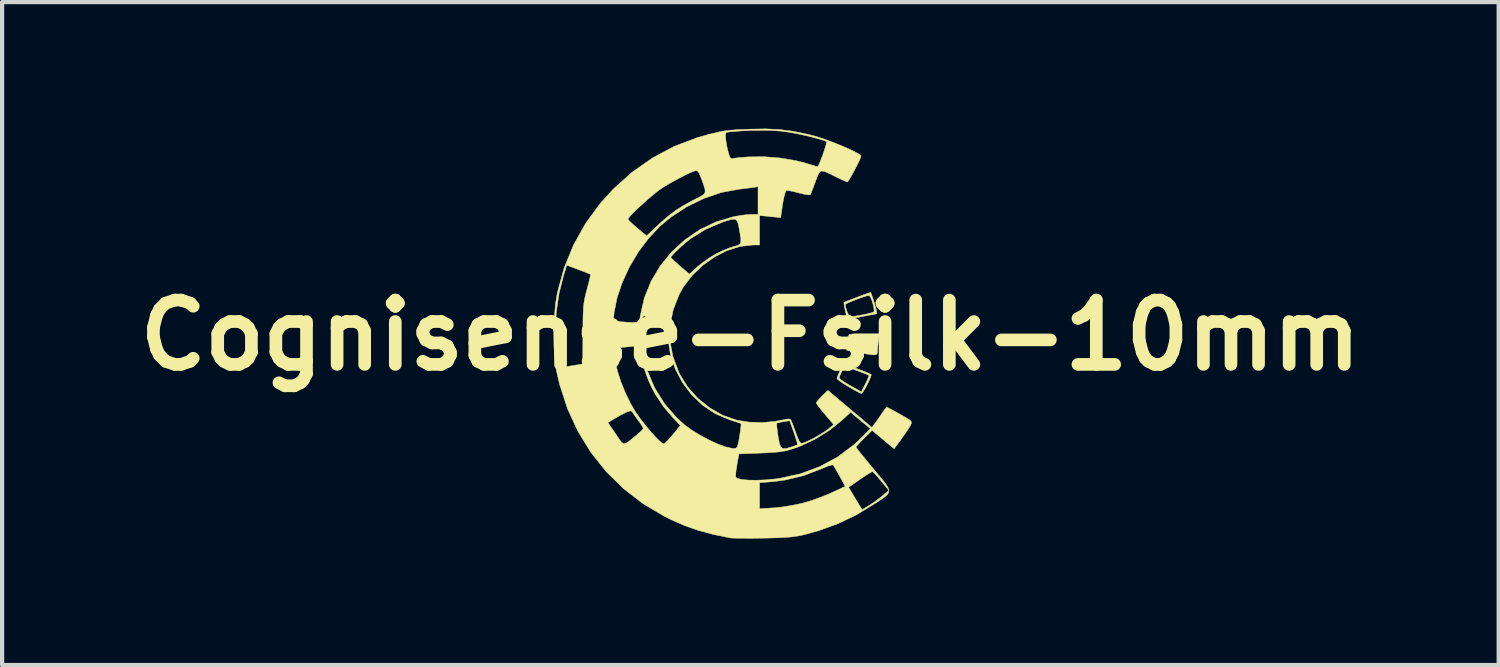
<source format=kicad_pcb>
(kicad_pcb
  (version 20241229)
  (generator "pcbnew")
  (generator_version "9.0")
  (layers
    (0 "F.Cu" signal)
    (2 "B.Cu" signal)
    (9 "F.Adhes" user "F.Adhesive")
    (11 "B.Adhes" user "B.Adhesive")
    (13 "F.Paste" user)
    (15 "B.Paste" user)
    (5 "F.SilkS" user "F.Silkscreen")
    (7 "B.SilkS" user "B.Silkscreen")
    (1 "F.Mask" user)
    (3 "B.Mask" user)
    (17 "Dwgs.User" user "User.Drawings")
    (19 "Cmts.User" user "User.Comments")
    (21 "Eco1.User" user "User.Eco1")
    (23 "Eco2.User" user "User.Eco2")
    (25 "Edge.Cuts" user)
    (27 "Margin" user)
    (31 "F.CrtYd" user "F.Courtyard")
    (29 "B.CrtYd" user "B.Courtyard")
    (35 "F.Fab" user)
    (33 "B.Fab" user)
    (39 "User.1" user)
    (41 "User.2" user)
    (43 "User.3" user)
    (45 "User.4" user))
  (footprint "Cognisense-Fsilk-10mm"
    (layer "F.Cu")
    (at 14.739 4.899)
    (property "Reference" "Cognisense-Fsilk-10mm" (at 0 0 0) (layer "F.SilkS") (effects (font (size 1.524 1.524) (thickness 0.3))))
    (attr through_hole)
    (fp_poly (pts (xy 3.035 0.132) (xy 3.021 0.254) (xy 3.012 0.359) (xy 3.012 0.386) (xy 3.007 0.43) (xy 2.986 0.456) (xy 2.937 0.465) (xy 2.848 0.458) (xy 2.708 0.435) (xy 2.564 0.408) (xy 2.279 0.354) (xy 2.3 0.245) (xy 2.317 0.134) (xy 2.322 0.05) (xy 2.325 0.011) (xy 2.342 -0.014) (xy 2.386 -0.028) (xy 2.47 -0.035) (xy 2.609 -0.036) (xy 2.69 -0.036) (xy 3.058 -0.036) (xy 3.035 0.132)) (stroke (width 0.01) (type solid)) (fill yes) (layer "F.SilkS"))
    (fp_poly (pts (xy 2.267 0.701) (xy 2.362 0.732) (xy 2.482 0.775) (xy 2.611 0.823) (xy 2.73 0.869) (xy 2.821 0.908) (xy 2.865 0.931) (xy 2.867 0.933) (xy 2.851 0.99) (xy 2.812 1.082) (xy 2.759 1.187) (xy 2.705 1.286) (xy 2.659 1.356) (xy 2.635 1.378) (xy 2.587 1.361) (xy 2.494 1.314) (xy 2.373 1.246) (xy 2.322 1.216) (xy 2.201 1.141) (xy 2.108 1.077) (xy 2.058 1.035) (xy 2.053 1.026) (xy 2.057 1.011) (xy 2.105 1.011) (xy 2.134 1.044) (xy 2.213 1.1) (xy 2.326 1.169) (xy 2.368 1.193) (xy 2.631 1.339) (xy 2.727 1.15) (xy 2.777 1.048) (xy 2.807 0.974) (xy 2.812 0.95) (xy 2.775 0.932) (xy 2.69 0.898) (xy 2.578 0.855) (xy 2.456 0.811) (xy 2.345 0.771) (xy 2.263 0.744) (xy 2.229 0.736) (xy 2.199 0.788) (xy 2.159 0.871) (xy 2.123 0.954) (xy 2.105 1.008) (xy 2.105 1.011) (xy 2.057 1.011) (xy 2.071 0.963) (xy 2.108 0.874) (xy 2.153 0.782) (xy 2.194 0.713) (xy 2.217 0.689) (xy 2.267 0.701)) (stroke (width 0.01) (type solid)) (fill yes) (layer "F.SilkS"))
    (fp_poly (pts (xy 2.865 -0.985) (xy 2.894 -0.905) (xy 2.929 -0.798) (xy 2.962 -0.686) (xy 2.987 -0.591) (xy 2.987 -0.59) (xy 2.997 -0.527) (xy 2.993 -0.508) (xy 2.955 -0.502) (xy 2.863 -0.485) (xy 2.735 -0.461) (xy 2.697 -0.454) (xy 2.524 -0.421) (xy 2.409 -0.405) (xy 2.337 -0.411) (xy 2.296 -0.44) (xy 2.27 -0.499) (xy 2.249 -0.583) (xy 2.227 -0.688) (xy 2.221 -0.731) (xy 2.25 -0.731) (xy 2.263 -0.65) (xy 2.293 -0.557) (xy 2.331 -0.478) (xy 2.365 -0.438) (xy 2.369 -0.437) (xy 2.425 -0.444) (xy 2.53 -0.462) (xy 2.658 -0.486) (xy 2.784 -0.512) (xy 2.88 -0.537) (xy 2.925 -0.555) (xy 2.926 -0.555) (xy 2.934 -0.604) (xy 2.92 -0.692) (xy 2.892 -0.794) (xy 2.857 -0.884) (xy 2.823 -0.938) (xy 2.811 -0.943) (xy 2.752 -0.932) (xy 2.653 -0.901) (xy 2.535 -0.859) (xy 2.417 -0.813) (xy 2.318 -0.771) (xy 2.259 -0.74) (xy 2.25 -0.731) (xy 2.221 -0.731) (xy 2.217 -0.761) (xy 2.219 -0.78) (xy 2.256 -0.797) (xy 2.343 -0.832) (xy 2.459 -0.876) (xy 2.587 -0.924) (xy 2.706 -0.968) (xy 2.799 -1.001) (xy 2.846 -1.016) (xy 2.848 -1.016) (xy 2.865 -0.985)) (stroke (width 0.01) (type solid)) (fill yes) (layer "F.SilkS"))
    (fp_poly (pts (xy 0.677 -4.88) (xy 0.98 -4.842) (xy 1.3 -4.779) (xy 1.506 -4.729) (xy 1.657 -4.684) (xy 1.832 -4.623) (xy 2.019 -4.552) (xy 2.202 -4.477) (xy 2.369 -4.403) (xy 2.504 -4.336) (xy 2.595 -4.283) (xy 2.624 -4.256) (xy 2.615 -4.216) (xy 2.578 -4.13) (xy 2.522 -4.017) (xy 2.457 -3.892) (xy 2.392 -3.774) (xy 2.334 -3.68) (xy 2.303 -3.635) (xy 2.269 -3.645) (xy 2.186 -3.681) (xy 2.072 -3.735) (xy 2.045 -3.748) (xy 1.879 -3.831) (xy 1.765 -3.881) (xy 1.69 -3.895) (xy 1.64 -3.869) (xy 1.6 -3.801) (xy 1.558 -3.688) (xy 1.54 -3.639) (xy 1.491 -3.505) (xy 1.45 -3.399) (xy 1.423 -3.338) (xy 1.418 -3.331) (xy 1.376 -3.328) (xy 1.282 -3.343) (xy 1.158 -3.373) (xy 1.143 -3.377) (xy 1.013 -3.41) (xy 0.909 -3.43) (xy 0.852 -3.434) (xy 0.85 -3.433) (xy 0.828 -3.393) (xy 0.801 -3.298) (xy 0.774 -3.165) (xy 0.764 -3.104) (xy 0.718 -2.79) (xy 0.218 -2.84) (xy 0.218 -2.141) (xy 0.062 -2.141) (xy -0.242 -2.107) (xy -0.55 -2.01) (xy -0.85 -1.858) (xy -1.131 -1.659) (xy -1.379 -1.421) (xy -1.585 -1.153) (xy -1.682 -0.98) (xy -1.829 -0.608) (xy -1.904 -0.24) (xy -1.907 0.127) (xy -1.839 0.497) (xy -1.698 0.873) (xy -1.671 0.929) (xy -1.486 1.226) (xy -1.246 1.494) (xy -0.963 1.721) (xy -0.651 1.897) (xy -0.322 2.012) (xy -0.308 2.015) (xy -0.025 2.058) (xy 0.28 2.068) (xy 0.574 2.042) (xy 0.708 2.016) (xy 0.825 1.993) (xy 0.914 1.983) (xy 0.949 1.989) (xy 0.971 2.033) (xy 1.01 2.127) (xy 1.057 2.255) (xy 1.072 2.296) (xy 1.123 2.435) (xy 1.161 2.517) (xy 1.194 2.554) (xy 1.23 2.559) (xy 1.248 2.555) (xy 1.359 2.51) (xy 1.503 2.437) (xy 1.655 2.351) (xy 1.788 2.265) (xy 1.853 2.216) (xy 1.974 2.116) (xy 1.767 1.872) (xy 1.674 1.76) (xy 1.603 1.669) (xy 1.564 1.612) (xy 1.56 1.602) (xy 1.584 1.563) (xy 1.646 1.494) (xy 1.698 1.44) (xy 1.837 1.305) (xy 2.358 1.744) (xy 2.88 2.183) (xy 2.946 2.098) (xy 3.006 2.016) (xy 3.081 1.907) (xy 3.112 1.86) (xy 3.173 1.772) (xy 3.219 1.716) (xy 3.234 1.705) (xy 3.273 1.722) (xy 3.36 1.767) (xy 3.48 1.833) (xy 3.55 1.872) (xy 3.687 1.951) (xy 3.771 2.004) (xy 3.812 2.043) (xy 3.819 2.078) (xy 3.802 2.121) (xy 3.795 2.135) (xy 3.749 2.211) (xy 3.674 2.323) (xy 3.587 2.447) (xy 3.577 2.46) (xy 3.408 2.689) (xy 2.885 2.253) (xy 2.694 2.441) (xy 2.602 2.534) (xy 2.534 2.608) (xy 2.504 2.647) (xy 2.504 2.649) (xy 2.526 2.682) (xy 2.587 2.762) (xy 2.681 2.879) (xy 2.799 3.023) (xy 2.922 3.172) (xy 3.078 3.359) (xy 3.191 3.498) (xy 3.26 3.602) (xy 3.286 3.682) (xy 3.269 3.749) (xy 3.208 3.815) (xy 3.103 3.89) (xy 2.955 3.987) (xy 2.921 4.009) (xy 2.503 4.262) (xy 2.08 4.464) (xy 1.629 4.628) (xy 1.292 4.723) (xy 1.162 4.752) (xy 1.024 4.774) (xy 0.863 4.789) (xy 0.665 4.8) (xy 0.414 4.807) (xy 0.308 4.809) (xy 0.086 4.812) (xy -0.116 4.812) (xy -0.286 4.811) (xy -0.409 4.808) (xy -0.472 4.804) (xy -0.877 4.721) (xy -1.231 4.626) (xy -1.559 4.512) (xy -1.881 4.37) (xy -2.036 4.293) (xy -2.546 3.99) (xy -3.009 3.634) (xy -3.151 3.494) (xy 0.218 3.494) (xy 0.218 4.111) (xy 0.553 4.09) (xy 0.75 4.07) (xy 0.975 4.034) (xy 1.188 3.991) (xy 1.239 3.979) (xy 1.442 3.919) (xy 1.667 3.839) (xy 1.874 3.756) (xy 1.92 3.735) (xy 2.205 3.602) (xy 2.329 3.602) (xy 2.44 3.788) (xy 2.509 3.904) (xy 2.571 4.007) (xy 2.6 4.054) (xy 2.65 4.135) (xy 2.822 4.029) (xy 2.954 3.941) (xy 3.089 3.84) (xy 3.138 3.799) (xy 3.281 3.676) (xy 3.101 3.455) (xy 3.013 3.35) (xy 2.941 3.272) (xy 2.898 3.233) (xy 2.893 3.231) (xy 2.853 3.25) (xy 2.769 3.301) (xy 2.655 3.376) (xy 2.597 3.416) (xy 2.329 3.602) (xy 2.205 3.602) (xy 2.25 3.582) (xy 2.118 3.342) (xy 2.051 3.223) (xy 1.996 3.128) (xy 1.963 3.077) (xy 1.961 3.075) (xy 1.919 3.076) (xy 1.829 3.104) (xy 1.708 3.153) (xy 1.666 3.172) (xy 1.262 3.326) (xy 0.833 3.43) (xy 0.518 3.471) (xy 0.218 3.494) (xy -3.151 3.494) (xy -3.344 3.304) (xy -0.349 3.304) (xy -0.347 3.362) (xy -0.347 3.363) (xy -0.298 3.397) (xy -0.19 3.42) (xy -0.035 3.433) (xy 0.155 3.435) (xy 0.367 3.426) (xy 0.59 3.405) (xy 0.689 3.392) (xy 1.181 3.285) (xy 1.645 3.113) (xy 2.076 2.879) (xy 2.468 2.584) (xy 2.666 2.397) (xy 2.846 2.213) (xy 2.703 2.095) (xy 2.598 2.008) (xy 2.5 1.926) (xy 2.469 1.9) (xy 2.378 1.822) (xy 2.171 2.014) (xy 1.874 2.252) (xy 1.534 2.463) (xy 1.181 2.629) (xy 1.096 2.66) (xy 0.957 2.706) (xy 0.834 2.739) (xy 0.707 2.761) (xy 0.555 2.776) (xy 0.36 2.787) (xy 0.254 2.792) (xy -0.271 2.812) (xy -0.317 3.066) (xy -0.338 3.198) (xy -0.349 3.304) (xy -3.344 3.304) (xy -3.422 3.227) (xy -3.782 2.774) (xy -4.087 2.278) (xy -4.184 2.069) (xy -3.378 2.069) (xy -3.191 2.34) (xy -3.109 2.461) (xy -3.052 2.538) (xy -3.003 2.57) (xy -2.948 2.56) (xy -2.871 2.507) (xy -2.755 2.412) (xy -2.693 2.362) (xy -2.608 2.287) (xy -2.552 2.228) (xy -2.54 2.205) (xy -2.56 2.161) (xy -2.613 2.08) (xy -2.665 2.009) (xy -2.736 1.912) (xy -2.788 1.834) (xy -2.805 1.803) (xy -2.845 1.792) (xy -2.94 1.823) (xy -3.085 1.896) (xy -3.258 1.997) (xy -3.378 2.069) (xy -4.184 2.069) (xy -4.335 1.742) (xy -4.521 1.171) (xy -4.596 0.848) (xy -4.635 0.576) (xy -4.657 0.257) (xy -4.661 -0.073) (xy -4.624 -0.073) (xy -4.621 0.233) (xy -4.609 0.468) (xy -4.587 0.634) (xy -4.556 0.731) (xy -4.516 0.762) (xy -4.456 0.756) (xy -4.348 0.741) (xy -4.219 0.72) (xy -3.973 0.678) (xy -3.972 0.411) (xy -3.229 0.411) (xy -3.209 0.607) (xy -3.153 0.844) (xy -3.068 1.105) (xy -2.96 1.371) (xy -2.835 1.626) (xy -2.711 1.836) (xy -2.615 1.972) (xy -2.502 2.117) (xy -2.384 2.26) (xy -2.269 2.388) (xy -2.169 2.491) (xy -2.093 2.556) (xy -2.056 2.574) (xy -2.014 2.547) (xy -1.943 2.476) (xy -1.855 2.376) (xy -1.837 2.355) (xy -1.661 2.138) (xy -1.839 1.949) (xy -2.06 1.689) (xy -2.244 1.411) (xy -2.353 1.209) (xy -2.426 1.044) (xy -2.495 0.855) (xy -2.554 0.663) (xy -2.595 0.49) (xy -2.612 0.359) (xy -2.613 0.349) (xy -2.613 0.244) (xy -2.836 0.267) (xy -2.97 0.28) (xy -3.086 0.288) (xy -3.144 0.29) (xy -3.203 0.301) (xy -3.226 0.349) (xy -3.229 0.411) (xy -3.972 0.411) (xy -3.971 -0.033) (xy -3.97 -0.188) (xy -2.575 -0.188) (xy -2.57 -0.003) (xy -2.568 0.046) (xy -2.557 0.269) (xy -2.542 0.441) (xy -2.518 0.585) (xy -2.483 0.721) (xy -2.452 0.816) (xy -2.271 1.243) (xy -2.034 1.625) (xy -1.74 1.961) (xy -1.571 2.113) (xy -1.394 2.244) (xy -1.19 2.37) (xy -0.974 2.485) (xy -0.763 2.581) (xy -0.573 2.649) (xy -0.421 2.681) (xy -0.397 2.682) (xy -0.35 2.68) (xy -0.319 2.658) (xy -0.296 2.603) (xy -0.274 2.501) (xy -0.256 2.393) (xy -0.236 2.258) (xy -0.223 2.153) (xy -0.222 2.124) (xy 0.624 2.124) (xy 0.633 2.217) (xy 0.65 2.346) (xy 0.657 2.391) (xy 0.685 2.549) (xy 0.717 2.644) (xy 0.768 2.685) (xy 0.847 2.684) (xy 0.969 2.648) (xy 0.983 2.643) (xy 1.068 2.614) (xy 1.116 2.594) (xy 1.118 2.593) (xy 1.112 2.557) (xy 1.086 2.469) (xy 1.046 2.347) (xy 1.031 2.304) (xy 0.931 2.025) (xy 0.785 2.048) (xy 0.69 2.066) (xy 0.632 2.081) (xy 0.625 2.084) (xy 0.624 2.124) (xy -0.222 2.124) (xy -0.221 2.097) (xy -0.222 2.093) (xy -0.261 2.078) (xy -0.351 2.048) (xy -0.473 2.009) (xy -0.49 2.004) (xy -0.824 1.862) (xy -1.127 1.662) (xy -1.392 1.41) (xy -1.612 1.118) (xy -1.783 0.792) (xy -1.899 0.441) (xy -1.952 0.075) (xy -1.953 -0.127) (xy -1.942 -0.381) (xy -2.209 -0.428) (xy -2.346 -0.449) (xy -2.46 -0.459) (xy -2.527 -0.456) (xy -2.531 -0.455) (xy -2.553 -0.436) (xy -2.567 -0.393) (xy -2.574 -0.314) (xy -2.575 -0.188) (xy -3.97 -0.188) (xy -3.97 -0.286) (xy -3.969 -0.345) (xy -3.248 -0.345) (xy -3.066 -0.322) (xy -2.929 -0.31) (xy -2.798 -0.304) (xy -2.758 -0.304) (xy -2.681 -0.311) (xy -2.64 -0.339) (xy -2.618 -0.407) (xy -2.607 -0.478) (xy -2.513 -0.89) (xy -2.354 -1.281) (xy -2.137 -1.645) (xy -1.967 -1.853) (xy -1.887 -1.853) (xy -1.861 -1.818) (xy -1.792 -1.751) (xy -1.694 -1.663) (xy -1.665 -1.638) (xy -1.444 -1.451) (xy -1.253 -1.626) (xy -1.117 -1.735) (xy -0.953 -1.848) (xy -0.812 -1.932) (xy -0.663 -2.003) (xy -0.512 -2.066) (xy -0.391 -2.106) (xy -0.39 -2.106) (xy -0.304 -2.129) (xy -0.251 -2.156) (xy -0.227 -2.202) (xy -0.227 -2.281) (xy -0.245 -2.409) (xy -0.261 -2.503) (xy -0.287 -2.636) (xy -0.317 -2.717) (xy -0.366 -2.752) (xy -0.448 -2.748) (xy -0.578 -2.71) (xy -0.663 -2.682) (xy -1.066 -2.511) (xy -1.428 -2.285) (xy -1.634 -2.114) (xy -1.743 -2.01) (xy -1.829 -1.924) (xy -1.879 -1.867) (xy -1.887 -1.853) (xy -1.967 -1.853) (xy -1.868 -1.974) (xy -1.554 -2.262) (xy -1.202 -2.502) (xy -0.817 -2.687) (xy -0.407 -2.81) (xy -0.399 -2.812) (xy -0.243 -2.84) (xy -0.089 -2.86) (xy 0.021 -2.867) (xy 0.181 -2.867) (xy 0.181 -3.523) (xy 0.064 -3.505) (xy -0.039 -3.491) (xy -0.177 -3.474) (xy -0.272 -3.463) (xy -0.685 -3.386) (xy -1.101 -3.245) (xy -1.505 -3.049) (xy -1.882 -2.803) (xy -2.144 -2.586) (xy -2.411 -2.303) (xy -2.655 -1.977) (xy -2.866 -1.622) (xy -3.037 -1.254) (xy -3.161 -0.888) (xy -3.23 -0.539) (xy -3.235 -0.488) (xy -3.248 -0.345) (xy -3.969 -0.345) (xy -3.966 -0.481) (xy -3.959 -0.633) (xy -3.947 -0.757) (xy -3.928 -0.869) (xy -3.902 -0.983) (xy -3.874 -1.088) (xy -3.835 -1.235) (xy -3.806 -1.353) (xy -3.791 -1.427) (xy -3.791 -1.444) (xy -3.828 -1.461) (xy -3.916 -1.497) (xy -4.039 -1.544) (xy -4.078 -1.559) (xy -4.354 -1.662) (xy -4.425 -1.429) (xy -4.536 -0.995) (xy -4.601 -0.552) (xy -4.624 -0.074) (xy -4.624 -0.073) (xy -4.661 -0.073) (xy -4.661 -0.085) (xy -4.648 -0.429) (xy -4.619 -0.75) (xy -4.577 -1.006) (xy -4.418 -1.589) (xy -4.195 -2.137) (xy -3.909 -2.649) (xy -3.832 -2.755) (xy -2.903 -2.755) (xy -2.877 -2.72) (xy -2.808 -2.653) (xy -2.71 -2.566) (xy -2.681 -2.542) (xy -2.459 -2.357) (xy -2.2 -2.603) (xy -2.061 -2.729) (xy -1.912 -2.853) (xy -1.781 -2.953) (xy -1.742 -2.98) (xy -1.601 -3.067) (xy -1.433 -3.162) (xy -1.295 -3.234) (xy -1.178 -3.292) (xy -1.106 -3.34) (xy -1.073 -3.392) (xy -1.077 -3.466) (xy -1.112 -3.578) (xy -1.165 -3.722) (xy -1.211 -3.834) (xy -1.247 -3.89) (xy -1.286 -3.904) (xy -1.319 -3.897) (xy -1.427 -3.855) (xy -1.576 -3.783) (xy -1.747 -3.694) (xy -1.92 -3.597) (xy -2.074 -3.504) (xy -2.123 -3.472) (xy -2.22 -3.4) (xy -2.341 -3.301) (xy -2.474 -3.187) (xy -2.606 -3.067) (xy -2.727 -2.953) (xy -2.824 -2.855) (xy -2.886 -2.784) (xy -2.903 -2.755) (xy -3.832 -2.755) (xy -3.56 -3.126) (xy -3.249 -3.468) (xy -2.799 -3.87) (xy -2.318 -4.207) (xy -1.806 -4.479) (xy -1.263 -4.685) (xy -1.025 -4.752) (xy -1.019 -4.754) (xy -0.59 -4.754) (xy -0.586 -4.658) (xy -0.568 -4.538) (xy -0.543 -4.412) (xy -0.512 -4.298) (xy -0.481 -4.217) (xy -0.453 -4.187) (xy -0.45 -4.187) (xy -0.395 -4.197) (xy -0.286 -4.21) (xy -0.141 -4.223) (xy -0.047 -4.23) (xy 0.325 -4.234) (xy 0.715 -4.203) (xy 1.09 -4.138) (xy 1.302 -4.084) (xy 1.433 -4.044) (xy 1.536 -4.013) (xy 1.592 -3.997) (xy 1.597 -3.996) (xy 1.616 -4.026) (xy 1.652 -4.109) (xy 1.698 -4.229) (xy 1.718 -4.284) (xy 1.763 -4.418) (xy 1.795 -4.522) (xy 1.809 -4.582) (xy 1.809 -4.589) (xy 1.756 -4.614) (xy 1.648 -4.648) (xy 1.5 -4.689) (xy 1.329 -4.731) (xy 1.151 -4.77) (xy 0.982 -4.803) (xy 0.947 -4.809) (xy 0.746 -4.838) (xy 0.544 -4.854) (xy 0.318 -4.86) (xy 0.046 -4.856) (xy 0.012 -4.855) (xy -0.183 -4.847) (xy -0.353 -4.836) (xy -0.483 -4.824) (xy -0.562 -4.811) (xy -0.578 -4.805) (xy -0.59 -4.754) (xy -1.019 -4.754) (xy -0.854 -4.795) (xy -0.719 -4.826) (xy -0.6 -4.848) (xy -0.477 -4.862) (xy -0.333 -4.873) (xy -0.148 -4.882) (xy 0.005 -4.888) (xy 0.362 -4.894) (xy 0.677 -4.88)) (stroke (width 0.01) (type solid)) (fill yes) (layer "F.SilkS")))
  (gr_rect
    (start -3 -3)
    (end 32.479 12.716)
    (stroke (width 0.1) (type default))
    (fill no)
    (layer "Edge.Cuts")))
</source>
